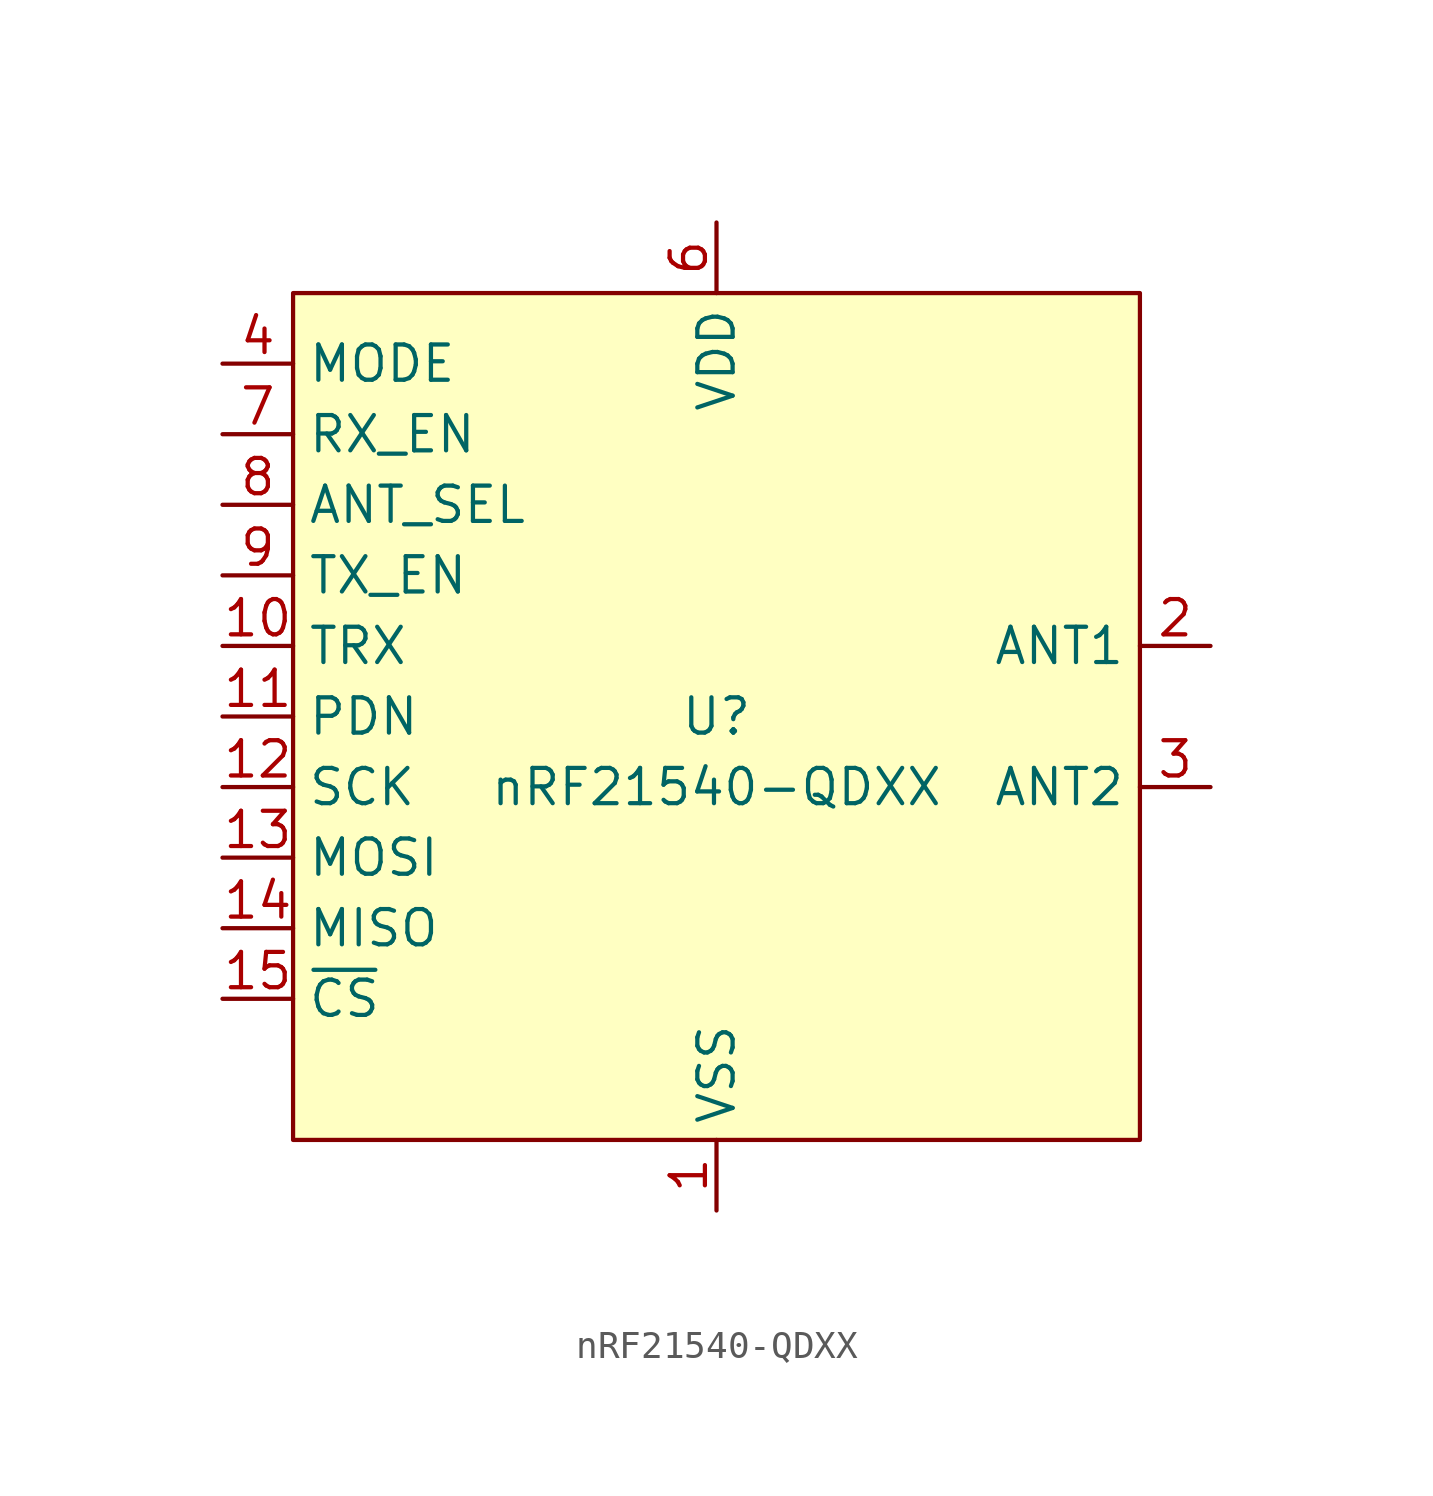
<source format=kicad_sym>
(kicad_symbol_lib
  (version 20220914)
  (generator kicad_symbol_editor)
  (symbol "nRF21540-QDXX"
    (property "Reference" "U"
      (at 0 0 0)
      (do_not_autoplace)
      (effects (font (size 1.27 1.27))))
    (property "Value" "nRF21540-QDXX"
      (at 0 -2.54 0)
      (do_not_autoplace)
      (effects (font (size 1.27 1.27))))
    (symbol "nRF21540-QDXX_0_0"
      (pin unspecified line (at 0 -17.78 90) (length 2.54) (name "VSS" (effects (font (size 1.27 1.27)))) (number "1" (effects (font (size 1.27 1.27)))))
      (pin unspecified line (at -17.78 2.54 0) (length 2.54) (name "TRX" (effects (font (size 1.27 1.27)))) (number "10" (effects (font (size 1.27 1.27)))))
      (pin unspecified line (at -17.78 0 0) (length 2.54) (name "PDN" (effects (font (size 1.27 1.27)))) (number "11" (effects (font (size 1.27 1.27)))))
      (pin unspecified line (at -17.78 -2.54 0) (length 2.54) (name "SCK" (effects (font (size 1.27 1.27)))) (number "12" (effects (font (size 1.27 1.27)))))
      (pin unspecified line (at -17.78 -5.08 0) (length 2.54) (name "MOSI" (effects (font (size 1.27 1.27)))) (number "13" (effects (font (size 1.27 1.27)))))
      (pin unspecified line (at -17.78 -7.62 0) (length 2.54) (name "MISO" (effects (font (size 1.27 1.27)))) (number "14" (effects (font (size 1.27 1.27)))))
      (pin unspecified line (at 17.78 2.54 180) (length 2.54) (name "ANT1" (effects (font (size 1.27 1.27)))) (number "2" (effects (font (size 1.27 1.27)))))
      (pin unspecified line (at 17.78 -2.54 180) (length 2.54) (name "ANT2" (effects (font (size 1.27 1.27)))) (number "3" (effects (font (size 1.27 1.27)))))
      (pin unspecified line (at -17.78 12.7 0) (length 2.54) (name "MODE" (effects (font (size 1.27 1.27)))) (number "4" (effects (font (size 1.27 1.27)))))
      (pin unspecified line (at 0 17.78 270) (length 2.54) (name "VDD" (effects (font (size 1.27 1.27)))) (number "6" (effects (font (size 1.27 1.27)))))
      (pin unspecified line (at -17.78 10.16 0) (length 2.54) (name "RX_EN" (effects (font (size 1.27 1.27)))) (number "7" (effects (font (size 1.27 1.27)))))
      (pin unspecified line (at -17.78 7.62 0) (length 2.54) (name "ANT_SEL" (effects (font (size 1.27 1.27)))) (number "8" (effects (font (size 1.27 1.27)))))
      (pin unspecified line (at -17.78 5.08 0) (length 2.54) (name "TX_EN" (effects (font (size 1.27 1.27)))) (number "9" (effects (font (size 1.27 1.27))))))
    (symbol "nRF21540-QDXX_1_0"
      (pin unspecified line (at -17.78 -10.16 0) (length 2.54) (name "~{CS}" (effects (font (size 1.27 1.27)))) (number "15" (effects (font (size 1.27 1.27)))))
      (pin unspecified line (at 0 -17.78 90) (length 2.54) hide (name "VSS" (effects (font (size 1.27 1.27)))) (number "16" (effects (font (size 1.27 1.27)))))
      (pin unspecified line (at 0 17.78 270) (length 2.54) hide (name "VDD" (effects (font (size 1.27 1.27)))) (number "5" (effects (font (size 1.27 1.27)))))
      (pin unspecified line (at 0 -17.78 90) (length 2.54) hide (name "VSS" (effects (font (size 1.27 1.27)))) (number "EP" (effects (font (size 1.27 1.27))))))
    (symbol "nRF21540-QDXX_1_1"
      (rectangle (start -15.24 15.24) (end 15.24 -15.24) (stroke (width 0) (type default)) (fill (type background))))))
</source>
